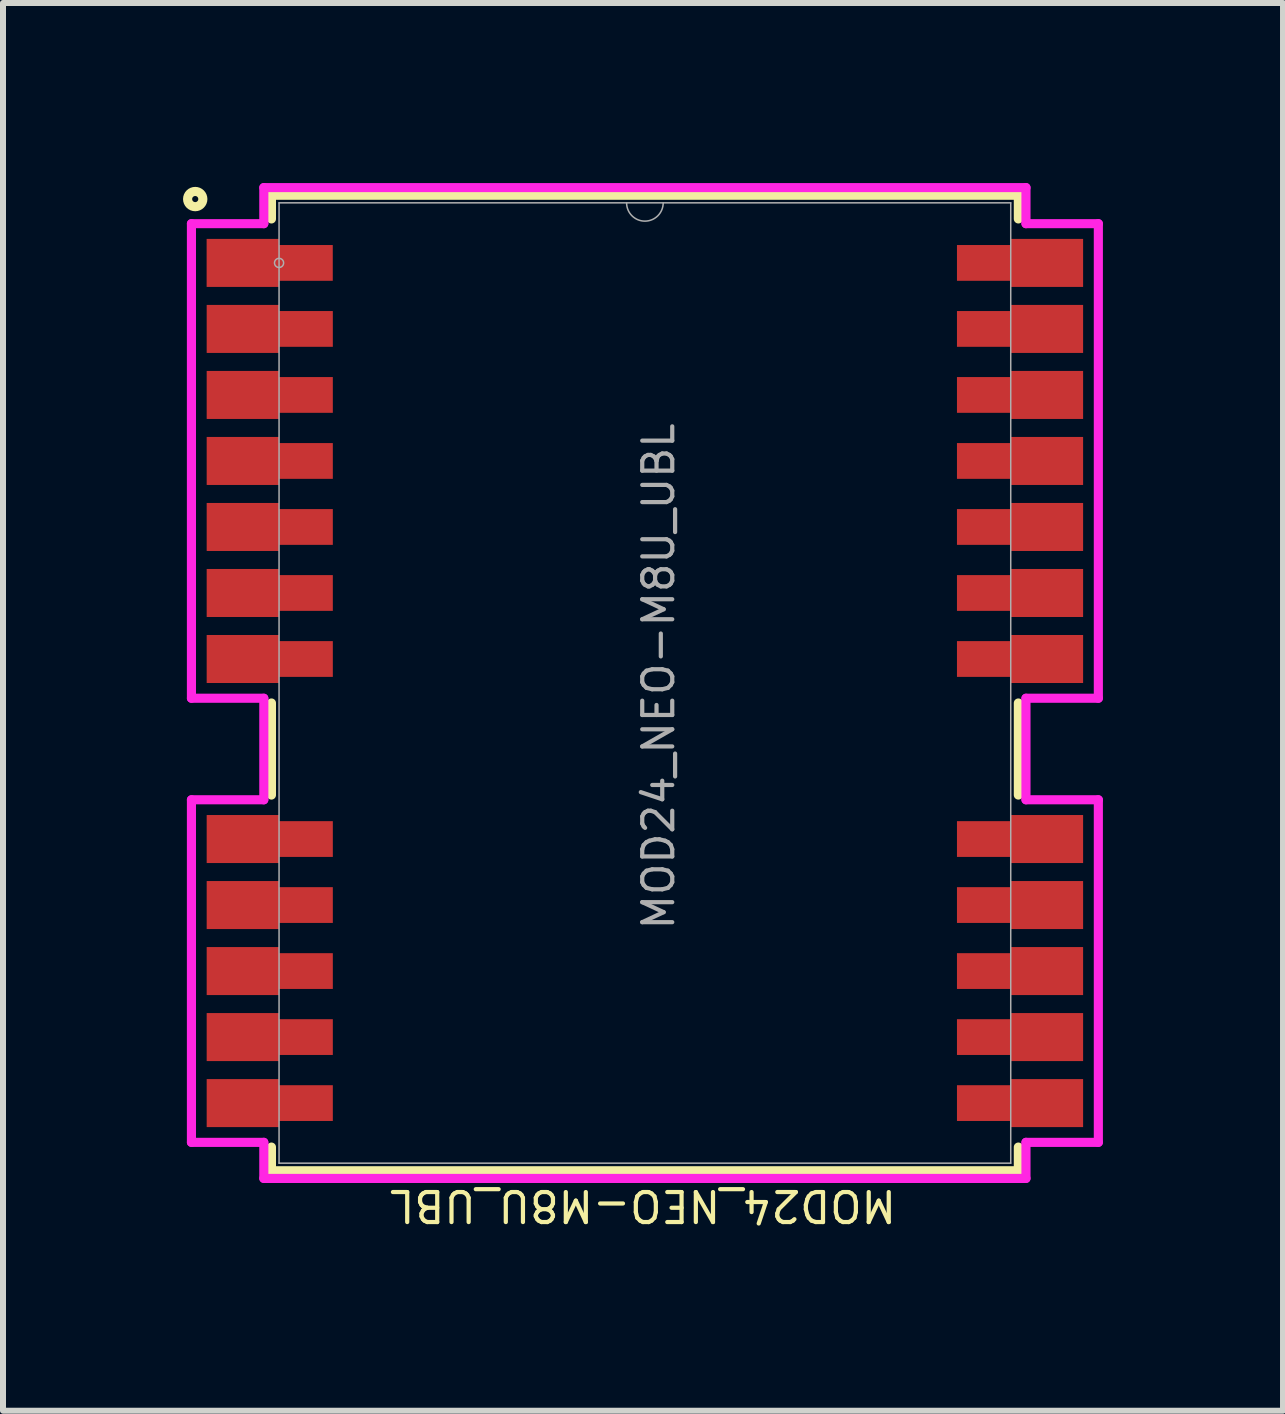
<source format=kicad_pcb>
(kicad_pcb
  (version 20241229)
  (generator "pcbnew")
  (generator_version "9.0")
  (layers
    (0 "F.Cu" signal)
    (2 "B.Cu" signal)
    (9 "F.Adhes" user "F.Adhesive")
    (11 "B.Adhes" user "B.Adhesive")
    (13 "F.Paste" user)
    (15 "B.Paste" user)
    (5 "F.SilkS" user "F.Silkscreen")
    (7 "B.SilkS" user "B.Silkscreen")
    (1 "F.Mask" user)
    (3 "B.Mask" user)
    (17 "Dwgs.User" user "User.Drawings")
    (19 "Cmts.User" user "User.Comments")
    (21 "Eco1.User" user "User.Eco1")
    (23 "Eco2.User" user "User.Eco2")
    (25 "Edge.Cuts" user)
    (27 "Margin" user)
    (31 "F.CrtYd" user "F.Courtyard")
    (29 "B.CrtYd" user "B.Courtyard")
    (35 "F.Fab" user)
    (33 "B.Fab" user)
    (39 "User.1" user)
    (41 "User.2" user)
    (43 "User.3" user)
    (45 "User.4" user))
  (footprint "MOD24_NEO-M8U_UBL"
    (layer "F.Cu")
    (at 7.696 8.331)
    (property "Reference" "MOD24_NEO-M8U_UBL" (at -0.032 8.71 180) (unlocked yes) (layer "F.SilkS") (effects (font (size 0.5 0.5) (thickness 0.07))))
    (attr smd)
    (fp_line (start -6.223 -8.128) (end 6.223 -8.128) (stroke (width 0.152) (type solid)) (layer "F.SilkS"))
    (fp_line (start -6.223 -7.733) (end -6.223 -8.128) (stroke (width 0.152) (type solid)) (layer "F.SilkS"))
    (fp_line (start -6.223 1.867) (end -6.223 0.333) (stroke (width 0.152) (type solid)) (layer "F.SilkS"))
    (fp_line (start -6.223 8.128) (end -6.223 7.733) (stroke (width 0.152) (type solid)) (layer "F.SilkS"))
    (fp_line (start 6.223 -8.128) (end 6.223 -7.733) (stroke (width 0.152) (type solid)) (layer "F.SilkS"))
    (fp_line (start 6.223 0.333) (end 6.223 1.867) (stroke (width 0.152) (type solid)) (layer "F.SilkS"))
    (fp_line (start 6.223 7.733) (end 6.223 8.128) (stroke (width 0.152) (type solid)) (layer "F.SilkS"))
    (fp_line (start 6.223 8.128) (end -6.223 8.128) (stroke (width 0.152) (type solid)) (layer "F.SilkS"))
    (fp_circle (center -7.493 -8.064) (end -7.366 -8.064) (stroke (width 0.152) (type solid)) (fill no) (layer "F.SilkS"))
    (fp_line (start -7.556 -7.654) (end -7.556 0.254) (stroke (width 0.152) (type solid)) (layer "F.CrtYd"))
    (fp_line (start -7.556 0.254) (end -6.35 0.254) (stroke (width 0.152) (type solid)) (layer "F.CrtYd"))
    (fp_line (start -7.556 1.946) (end -7.556 7.654) (stroke (width 0.152) (type solid)) (layer "F.CrtYd"))
    (fp_line (start -7.556 7.654) (end -6.35 7.654) (stroke (width 0.152) (type solid)) (layer "F.CrtYd"))
    (fp_line (start -6.35 -8.255) (end -6.35 -7.654) (stroke (width 0.152) (type solid)) (layer "F.CrtYd"))
    (fp_line (start -6.35 -7.654) (end -7.556 -7.654) (stroke (width 0.152) (type solid)) (layer "F.CrtYd"))
    (fp_line (start -6.35 0.254) (end -6.35 1.946) (stroke (width 0.152) (type solid)) (layer "F.CrtYd"))
    (fp_line (start -6.35 1.946) (end -7.556 1.946) (stroke (width 0.152) (type solid)) (layer "F.CrtYd"))
    (fp_line (start -6.35 7.654) (end -6.35 8.255) (stroke (width 0.152) (type solid)) (layer "F.CrtYd"))
    (fp_line (start -6.35 8.255) (end 6.35 8.255) (stroke (width 0.152) (type solid)) (layer "F.CrtYd"))
    (fp_line (start 6.35 -8.255) (end -6.35 -8.255) (stroke (width 0.152) (type solid)) (layer "F.CrtYd"))
    (fp_line (start 6.35 -7.654) (end 6.35 -8.255) (stroke (width 0.152) (type solid)) (layer "F.CrtYd"))
    (fp_line (start 6.35 0.254) (end 7.556 0.254) (stroke (width 0.152) (type solid)) (layer "F.CrtYd"))
    (fp_line (start 6.35 1.946) (end 6.35 0.254) (stroke (width 0.152) (type solid)) (layer "F.CrtYd"))
    (fp_line (start 6.35 7.654) (end 7.556 7.654) (stroke (width 0.152) (type solid)) (layer "F.CrtYd"))
    (fp_line (start 6.35 8.255) (end 6.35 7.654) (stroke (width 0.152) (type solid)) (layer "F.CrtYd"))
    (fp_line (start 7.556 -7.654) (end 6.35 -7.654) (stroke (width 0.152) (type solid)) (layer "F.CrtYd"))
    (fp_line (start 7.556 0.254) (end 7.556 -7.654) (stroke (width 0.152) (type solid)) (layer "F.CrtYd"))
    (fp_line (start 7.556 1.946) (end 6.35 1.946) (stroke (width 0.152) (type solid)) (layer "F.CrtYd"))
    (fp_line (start 7.556 7.654) (end 7.556 1.946) (stroke (width 0.152) (type solid)) (layer "F.CrtYd"))
    (fp_line (start -6.096 -8.001) (end -6.096 8.001) (stroke (width 0.025) (type solid)) (layer "F.Fab"))
    (fp_line (start -6.096 8.001) (end 6.096 8.001) (stroke (width 0.025) (type solid)) (layer "F.Fab"))
    (fp_line (start 6.096 -8.001) (end -6.096 -8.001) (stroke (width 0.025) (type solid)) (layer "F.Fab"))
    (fp_line (start 6.096 8.001) (end 6.096 -8.001) (stroke (width 0.025) (type solid)) (layer "F.Fab"))
    (fp_arc (start 0.3048 -8.001) (mid 0 -7.6962) (end -0.3048 -8.001) (stroke (width 0.0254) (type solid)) (layer "F.Fab"))
    (fp_circle (center -6.096 -7) (end -6.02 -7) (stroke (width 0.025) (type solid)) (fill no) (layer "F.Fab"))
    (fp_text user "${REFERENCE}" (at 0.228 -0.11 90) (unlocked yes) (layer "F.Fab") (effects (font (size 0.5 0.5) (thickness 0.07))))
    (pad "1" smd custom (at -6.713 -7) (size 1.175 0.6) (layers "F.Cu" "F.Mask" "F.Paste") (options (anchor rect)) (primitives (gr_poly (pts (xy -0.59 -0.4) (xy -0.59 0.4) (xy 0.617 0.4) (xy 0.617 0.298) (xy 1.512 0.298) (xy 1.512 -0.298) (xy 0.617 -0.298) (xy 0.617 -0.4)) (width 0) (fill yes))))
    (pad "2" smd custom (at -6.699 -5.9) (size 1.175 0.6) (layers "F.Cu" "F.Mask" "F.Paste") (options (anchor rect)) (primitives (gr_poly (pts (xy -0.603 -0.4) (xy -0.603 0.4) (xy 0.603 0.4) (xy 0.603 0.298) (xy 1.499 0.298) (xy 1.499 -0.298) (xy 0.603 -0.298) (xy 0.603 -0.4)) (width 0) (fill yes))))
    (pad "3" smd custom (at -6.699 -4.8) (size 1.175 0.6) (layers "F.Cu" "F.Mask" "F.Paste") (options (anchor rect)) (primitives (gr_poly (pts (xy -0.603 -0.4) (xy -0.603 0.4) (xy 0.603 0.4) (xy 0.603 0.298) (xy 1.499 0.298) (xy 1.499 -0.298) (xy 0.603 -0.298) (xy 0.603 -0.4)) (width 0) (fill yes))))
    (pad "4" smd custom (at -6.699 -3.7) (size 1.175 0.6) (layers "F.Cu" "F.Mask" "F.Paste") (options (anchor rect)) (primitives (gr_poly (pts (xy -0.603 -0.4) (xy -0.603 0.4) (xy 0.603 0.4) (xy 0.603 0.298) (xy 1.499 0.298) (xy 1.499 -0.298) (xy 0.603 -0.298) (xy 0.603 -0.4)) (width 0) (fill yes))))
    (pad "5" smd custom (at -6.699 -2.6) (size 1.175 0.6) (layers "F.Cu" "F.Mask" "F.Paste") (options (anchor rect)) (primitives (gr_poly (pts (xy -0.603 -0.4) (xy -0.603 0.4) (xy 0.603 0.4) (xy 0.603 0.298) (xy 1.499 0.298) (xy 1.499 -0.298) (xy 0.603 -0.298) (xy 0.603 -0.4)) (width 0) (fill yes))))
    (pad "6" smd custom (at -6.699 -1.5) (size 1.175 0.6) (layers "F.Cu" "F.Mask" "F.Paste") (options (anchor rect)) (primitives (gr_poly (pts (xy -0.603 -0.4) (xy -0.603 0.4) (xy 0.603 0.4) (xy 0.603 0.298) (xy 1.499 0.298) (xy 1.499 -0.298) (xy 0.603 -0.298) (xy 0.603 -0.4)) (width 0) (fill yes))))
    (pad "7" smd custom (at -6.699 -0.4) (size 1.175 0.6) (layers "F.Cu" "F.Mask" "F.Paste") (options (anchor rect)) (primitives (gr_poly (pts (xy -0.603 -0.4) (xy -0.603 0.4) (xy 0.603 0.4) (xy 0.603 0.298) (xy 1.499 0.298) (xy 1.499 -0.298) (xy 0.603 -0.298) (xy 0.603 -0.4)) (width 0) (fill yes))))
    (pad "8" smd custom (at -6.699 2.6) (size 1.175 0.6) (layers "F.Cu" "F.Mask" "F.Paste") (options (anchor rect)) (primitives (gr_poly (pts (xy -0.603 -0.4) (xy -0.603 0.4) (xy 0.603 0.4) (xy 0.603 0.298) (xy 1.499 0.298) (xy 1.499 -0.298) (xy 0.603 -0.298) (xy 0.603 -0.4)) (width 0) (fill yes))))
    (pad "9" smd custom (at -6.699 3.7) (size 1.175 0.6) (layers "F.Cu" "F.Mask" "F.Paste") (options (anchor rect)) (primitives (gr_poly (pts (xy -0.603 -0.4) (xy -0.603 0.4) (xy 0.603 0.4) (xy 0.603 0.298) (xy 1.499 0.298) (xy 1.499 -0.298) (xy 0.603 -0.298) (xy 0.603 -0.4)) (width 0) (fill yes))))
    (pad "10" smd custom (at -6.699 4.8) (size 1.175 0.6) (layers "F.Cu" "F.Mask" "F.Paste") (options (anchor rect)) (primitives (gr_poly (pts (xy -0.603 -0.4) (xy -0.603 0.4) (xy 0.603 0.4) (xy 0.603 0.298) (xy 1.499 0.298) (xy 1.499 -0.298) (xy 0.603 -0.298) (xy 0.603 -0.4)) (width 0) (fill yes))))
    (pad "11" smd custom (at -6.699 5.9) (size 1.175 0.6) (layers "F.Cu" "F.Mask" "F.Paste") (options (anchor rect)) (primitives (gr_poly (pts (xy -0.603 -0.4) (xy -0.603 0.4) (xy 0.603 0.4) (xy 0.603 0.298) (xy 1.499 0.298) (xy 1.499 -0.298) (xy 0.603 -0.298) (xy 0.603 -0.4)) (width 0) (fill yes))))
    (pad "12" smd custom (at -6.699 7) (size 1.175 0.6) (layers "F.Cu" "F.Mask" "F.Paste") (options (anchor rect)) (primitives (gr_poly (pts (xy -0.603 -0.4) (xy -0.603 0.4) (xy 0.603 0.4) (xy 0.603 0.298) (xy 1.499 0.298) (xy 1.499 -0.298) (xy 0.603 -0.298) (xy 0.603 -0.4)) (width 0) (fill yes))))
    (pad "13" smd custom (at 6.699 7) (size 1.175 0.6) (layers "F.Cu" "F.Mask" "F.Paste") (options (anchor rect)) (primitives (gr_poly (pts (xy -1.499 -0.298) (xy -1.499 0.298) (xy -0.603 0.298) (xy -0.603 0.4) (xy 0.603 0.4) (xy 0.603 -0.4) (xy -0.603 -0.4) (xy -0.603 -0.298)) (width 0) (fill yes))))
    (pad "14" smd custom (at 6.699 5.9) (size 1.175 0.6) (layers "F.Cu" "F.Mask" "F.Paste") (options (anchor rect)) (primitives (gr_poly (pts (xy -1.499 -0.298) (xy -1.499 0.298) (xy -0.603 0.298) (xy -0.603 0.4) (xy 0.603 0.4) (xy 0.603 -0.4) (xy -0.603 -0.4) (xy -0.603 -0.298)) (width 0) (fill yes))))
    (pad "15" smd custom (at 6.699 4.8) (size 1.175 0.6) (layers "F.Cu" "F.Mask" "F.Paste") (options (anchor rect)) (primitives (gr_poly (pts (xy -1.499 -0.298) (xy -1.499 0.298) (xy -0.603 0.298) (xy -0.603 0.4) (xy 0.603 0.4) (xy 0.603 -0.4) (xy -0.603 -0.4) (xy -0.603 -0.298)) (width 0) (fill yes))))
    (pad "16" smd custom (at 6.699 3.7) (size 1.175 0.6) (layers "F.Cu" "F.Mask" "F.Paste") (options (anchor rect)) (primitives (gr_poly (pts (xy -1.499 -0.298) (xy -1.499 0.298) (xy -0.603 0.298) (xy -0.603 0.4) (xy 0.603 0.4) (xy 0.603 -0.4) (xy -0.603 -0.4) (xy -0.603 -0.298)) (width 0) (fill yes))))
    (pad "17" smd custom (at 6.699 2.6) (size 1.175 0.6) (layers "F.Cu" "F.Mask" "F.Paste") (options (anchor rect)) (primitives (gr_poly (pts (xy -1.499 -0.298) (xy -1.499 0.298) (xy -0.603 0.298) (xy -0.603 0.4) (xy 0.603 0.4) (xy 0.603 -0.4) (xy -0.603 -0.4) (xy -0.603 -0.298)) (width 0) (fill yes))))
    (pad "18" smd custom (at 6.699 -0.4) (size 1.175 0.6) (layers "F.Cu" "F.Mask" "F.Paste") (options (anchor rect)) (primitives (gr_poly (pts (xy -1.499 -0.298) (xy -1.499 0.298) (xy -0.603 0.298) (xy -0.603 0.4) (xy 0.603 0.4) (xy 0.603 -0.4) (xy -0.603 -0.4) (xy -0.603 -0.298)) (width 0) (fill yes))))
    (pad "19" smd custom (at 6.699 -1.5) (size 1.175 0.6) (layers "F.Cu" "F.Mask" "F.Paste") (options (anchor rect)) (primitives (gr_poly (pts (xy -1.499 -0.298) (xy -1.499 0.298) (xy -0.603 0.298) (xy -0.603 0.4) (xy 0.603 0.4) (xy 0.603 -0.4) (xy -0.603 -0.4) (xy -0.603 -0.298)) (width 0) (fill yes))))
    (pad "20" smd custom (at 6.699 -2.6) (size 1.175 0.6) (layers "F.Cu" "F.Mask" "F.Paste") (options (anchor rect)) (primitives (gr_poly (pts (xy -1.499 -0.298) (xy -1.499 0.298) (xy -0.603 0.298) (xy -0.603 0.4) (xy 0.603 0.4) (xy 0.603 -0.4) (xy -0.603 -0.4) (xy -0.603 -0.298)) (width 0) (fill yes))))
    (pad "21" smd custom (at 6.699 -3.7) (size 1.175 0.6) (layers "F.Cu" "F.Mask" "F.Paste") (options (anchor rect)) (primitives (gr_poly (pts (xy -1.499 -0.298) (xy -1.499 0.298) (xy -0.603 0.298) (xy -0.603 0.4) (xy 0.603 0.4) (xy 0.603 -0.4) (xy -0.603 -0.4) (xy -0.603 -0.298)) (width 0) (fill yes))))
    (pad "22" smd custom (at 6.699 -4.8) (size 1.175 0.6) (layers "F.Cu" "F.Mask" "F.Paste") (options (anchor rect)) (primitives (gr_poly (pts (xy -1.499 -0.298) (xy -1.499 0.298) (xy -0.603 0.298) (xy -0.603 0.4) (xy 0.603 0.4) (xy 0.603 -0.4) (xy -0.603 -0.4) (xy -0.603 -0.298)) (width 0) (fill yes))))
    (pad "23" smd custom (at 6.699 -5.9) (size 1.175 0.6) (layers "F.Cu" "F.Mask" "F.Paste") (options (anchor rect)) (primitives (gr_poly (pts (xy -1.499 -0.298) (xy -1.499 0.298) (xy -0.603 0.298) (xy -0.603 0.4) (xy 0.603 0.4) (xy 0.603 -0.4) (xy -0.603 -0.4) (xy -0.603 -0.298)) (width 0) (fill yes))))
    (pad "24" smd custom (at 6.699 -7) (size 1.175 0.6) (layers "F.Cu" "F.Mask" "F.Paste") (options (anchor rect)) (primitives (gr_poly (pts (xy -1.499 -0.298) (xy -1.499 0.298) (xy -0.603 0.298) (xy -0.603 0.4) (xy 0.603 0.4) (xy 0.603 -0.4) (xy -0.603 -0.4) (xy -0.603 -0.298)) (width 0) (fill yes)))))
  (gr_rect
    (start -3 -3)
    (end 18.329 20.457)
    (stroke (width 0.1) (type default))
    (fill no)
    (layer "Edge.Cuts")))
</source>
